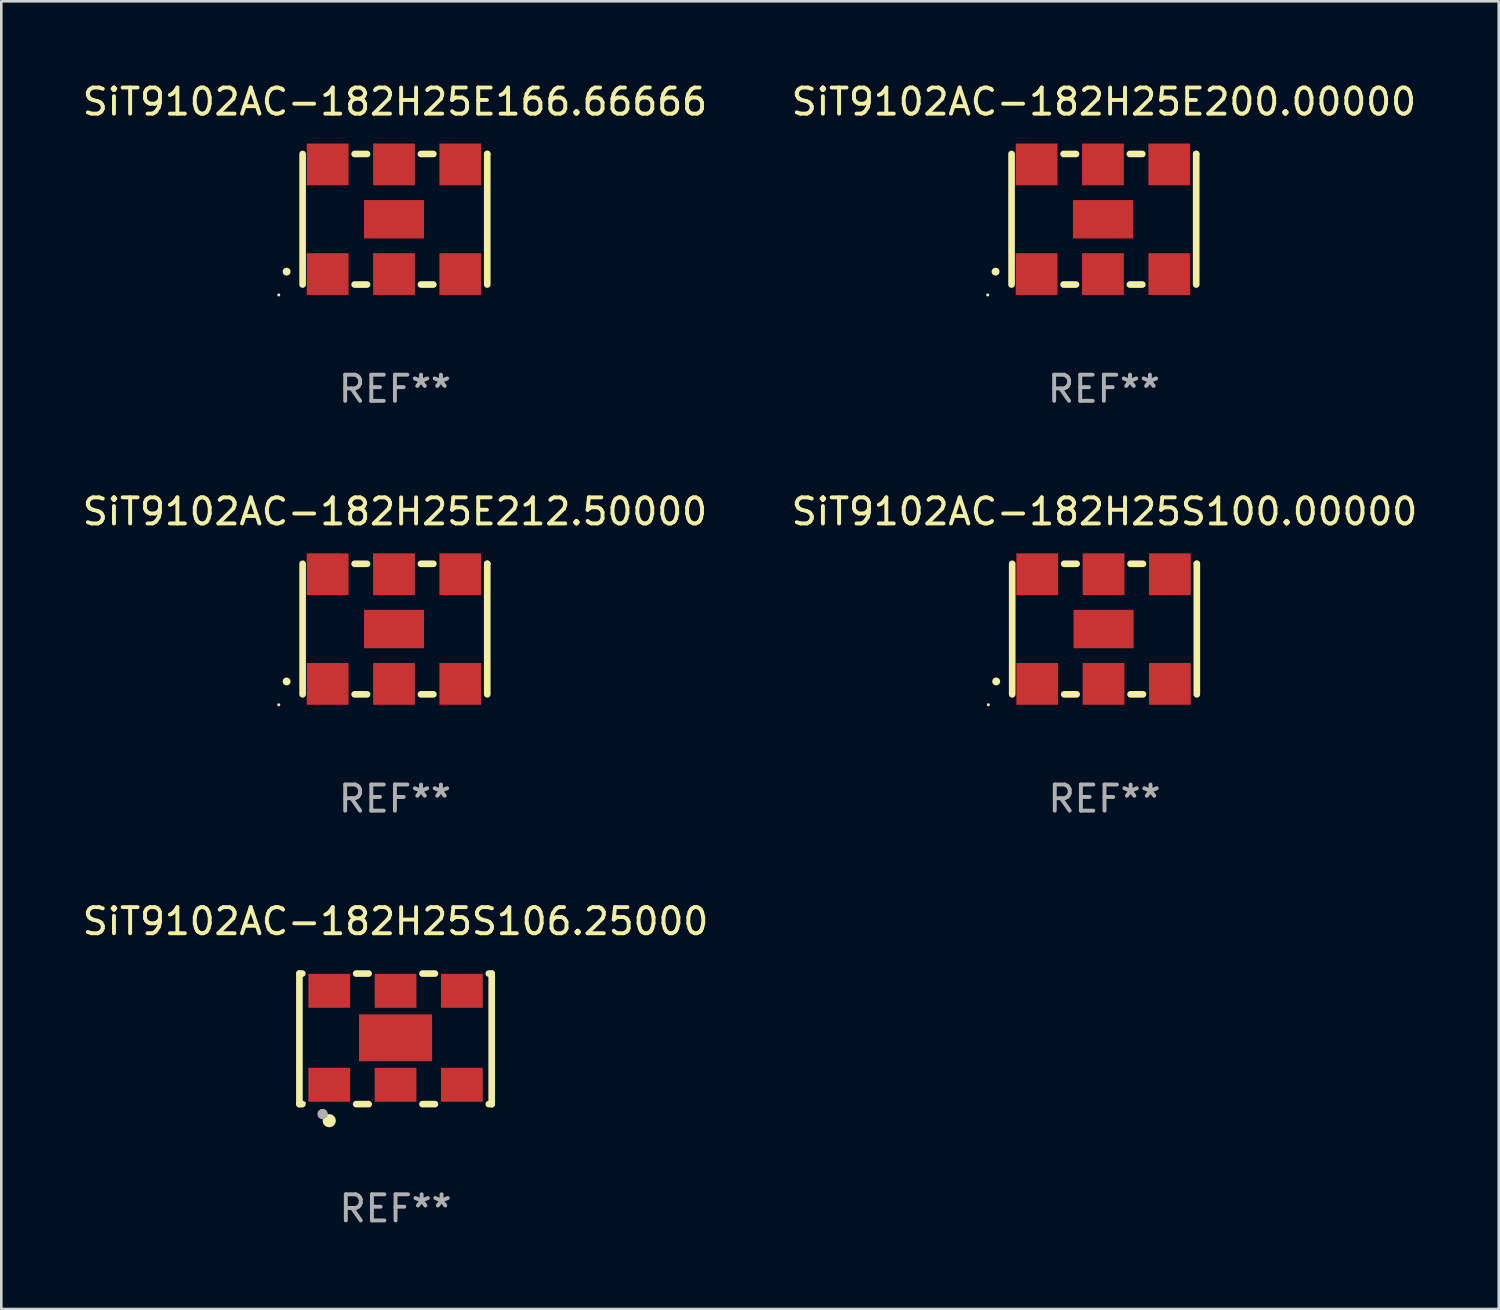
<source format=kicad_pcb>
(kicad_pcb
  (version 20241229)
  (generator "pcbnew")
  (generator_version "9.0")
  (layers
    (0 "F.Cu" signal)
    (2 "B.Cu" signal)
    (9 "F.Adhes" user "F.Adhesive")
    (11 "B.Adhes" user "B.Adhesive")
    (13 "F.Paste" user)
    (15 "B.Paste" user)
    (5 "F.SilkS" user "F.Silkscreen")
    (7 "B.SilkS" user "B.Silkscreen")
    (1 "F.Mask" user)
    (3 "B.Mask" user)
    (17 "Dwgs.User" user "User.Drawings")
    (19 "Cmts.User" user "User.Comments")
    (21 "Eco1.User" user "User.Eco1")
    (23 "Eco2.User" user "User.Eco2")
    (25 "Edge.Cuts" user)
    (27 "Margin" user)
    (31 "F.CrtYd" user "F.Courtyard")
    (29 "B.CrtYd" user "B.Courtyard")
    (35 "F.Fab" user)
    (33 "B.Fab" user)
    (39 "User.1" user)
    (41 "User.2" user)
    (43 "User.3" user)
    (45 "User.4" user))
  (footprint "SiT9102AC-182H25E212.50000"
    (layer "F.Cu")
    (at 12.077 21.045)
    (property "Reference" "SiT9102AC-182H25E212.50000" (at 0 -4.5 0) (layer "F.SilkS") (effects (font (size 1 1) (thickness 0.15))))
    (attr through_hole)
    (fp_line (start -3.536 -2.5) (end -3.536 2.5) (stroke (width 0.254) (type solid)) (layer "F.SilkS"))
    (fp_line (start -1.544 2.5) (end -1.067 2.5) (stroke (width 0.254) (type solid)) (layer "F.SilkS"))
    (fp_line (start -1.067 -2.5) (end -1.544 -2.5) (stroke (width 0.254) (type solid)) (layer "F.SilkS"))
    (fp_line (start 0.996 2.5) (end 1.473 2.5) (stroke (width 0.254) (type solid)) (layer "F.SilkS"))
    (fp_line (start 1.473 -2.5) (end 0.996 -2.5) (stroke (width 0.254) (type solid)) (layer "F.SilkS"))
    (fp_line (start 3.536 -2.5) (end 3.536 -2.5) (stroke (width 0.254) (type solid)) (layer "F.SilkS"))
    (fp_line (start 3.536 2.5) (end 3.536 -2.5) (stroke (width 0.254) (type solid)) (layer "F.SilkS"))
    (fp_arc (start -4.150432 2.006604) (mid -4.149162 2.006599) (end -4.147892 2.006604) (stroke (width 0.3) (type solid)) (layer "F.SilkS"))
    (fp_circle (center -4.449 2.9) (end -4.419 2.9) (stroke (width 0.06) (type solid)) (fill no) (layer "F.SilkS"))
    (fp_text user "REF**" (at 0 6.5 0) (layer "F.Fab") (effects (font (size 1 1) (thickness 0.15))))
    (pad "1" smd rect (at -2.576 2.1) (size 1.6 1.6) (layers "F.Cu" "F.Mask" "F.Paste"))
    (pad "2" smd rect (at -0.036 2.1) (size 1.6 1.6) (layers "F.Cu" "F.Mask" "F.Paste"))
    (pad "3" smd rect (at 2.504 2.1) (size 1.6 1.6) (layers "F.Cu" "F.Mask" "F.Paste"))
    (pad "4" smd rect (at 2.504 -2.1) (size 1.6 1.6) (layers "F.Cu" "F.Mask" "F.Paste"))
    (pad "5" smd rect (at -0.036 -2.1) (size 1.6 1.6) (layers "F.Cu" "F.Mask" "F.Paste"))
    (pad "6" smd rect (at -2.576 -2.1) (size 1.6 1.6) (layers "F.Cu" "F.Mask" "F.Paste"))
    (pad "7" smd rect (at -0.036 0) (size 2.3 1.47) (layers "F.Cu" "F.Mask" "F.Paste")))
  (footprint "SiT9102AC-182H25S106.25000"
    (layer "F.Cu")
    (at 12.101 36.741)
    (property "Reference" "SiT9102AC-182H25S106.25000" (at 0 -4.5 0) (layer "F.SilkS") (effects (font (size 1 1) (thickness 0.15))))
    (attr through_hole)
    (fp_line (start -3.683 -2.5) (end -3.571 -2.5) (stroke (width 0.254) (type solid)) (layer "F.SilkS"))
    (fp_line (start -3.683 2.5) (end -3.683 -2.5) (stroke (width 0.254) (type solid)) (layer "F.SilkS"))
    (fp_line (start -3.683 2.5) (end -3.571 2.5) (stroke (width 0.254) (type solid)) (layer "F.SilkS"))
    (fp_line (start -1.509 -2.5) (end -1.031 -2.5) (stroke (width 0.254) (type solid)) (layer "F.SilkS"))
    (fp_line (start -1.509 2.5) (end -1.031 2.5) (stroke (width 0.254) (type solid)) (layer "F.SilkS"))
    (fp_line (start 1.031 -2.5) (end 1.509 -2.5) (stroke (width 0.254) (type solid)) (layer "F.SilkS"))
    (fp_line (start 1.031 2.5) (end 1.509 2.5) (stroke (width 0.254) (type solid)) (layer "F.SilkS"))
    (fp_line (start 3.571 -2.5) (end 3.683 -2.5) (stroke (width 0.254) (type solid)) (layer "F.SilkS"))
    (fp_line (start 3.571 2.5) (end 3.683 2.5) (stroke (width 0.254) (type solid)) (layer "F.SilkS"))
    (fp_line (start 3.683 2.5) (end 3.683 -2.5) (stroke (width 0.254) (type solid)) (layer "F.SilkS"))
    (fp_circle (center -3.5 2.46) (end -3.47 2.46) (stroke (width 0.06) (type solid)) (fill no) (layer "F.SilkS"))
    (fp_circle (center -2.54 3.135) (end -2.413 3.135) (stroke (width 0.254) (type solid)) (fill no) (layer "F.SilkS"))
    (fp_circle (center -2.794 2.881) (end -2.694 2.881) (stroke (width 0.2) (type solid)) (fill no) (layer "F.Fab"))
    (fp_text user "REF**" (at 0 6.5 0) (layer "F.Fab") (effects (font (size 1 1) (thickness 0.15))))
    (pad "1" smd rect (at -2.54 1.76) (size 1.6 1.3) (layers "F.Cu" "F.Mask" "F.Paste"))
    (pad "2" smd rect (at 0 1.76) (size 1.6 1.3) (layers "F.Cu" "F.Mask" "F.Paste"))
    (pad "3" smd rect (at 2.54 1.76) (size 1.6 1.3) (layers "F.Cu" "F.Mask" "F.Paste"))
    (pad "4" smd rect (at 2.54 -1.84) (size 1.6 1.3) (layers "F.Cu" "F.Mask" "F.Paste"))
    (pad "5" smd rect (at 0 -1.84) (size 1.6 1.3) (layers "F.Cu" "F.Mask" "F.Paste"))
    (pad "6" smd rect (at -2.54 -1.84) (size 1.6 1.3) (layers "F.Cu" "F.Mask" "F.Paste"))
    (pad "7" smd rect (at 0 -0.04) (size 2.8 1.8) (layers "F.Cu" "F.Mask" "F.Paste")))
  (footprint "SiT9102AC-182H25E200.00000"
    (layer "F.Cu")
    (at 39.232 5.348)
    (property "Reference" "SiT9102AC-182H25E200.00000" (at 0 -4.5 0) (layer "F.SilkS") (effects (font (size 1 1) (thickness 0.15))))
    (attr through_hole)
    (fp_line (start -3.536 -2.5) (end -3.536 2.5) (stroke (width 0.254) (type solid)) (layer "F.SilkS"))
    (fp_line (start -1.544 2.5) (end -1.067 2.5) (stroke (width 0.254) (type solid)) (layer "F.SilkS"))
    (fp_line (start -1.067 -2.5) (end -1.544 -2.5) (stroke (width 0.254) (type solid)) (layer "F.SilkS"))
    (fp_line (start 0.996 2.5) (end 1.473 2.5) (stroke (width 0.254) (type solid)) (layer "F.SilkS"))
    (fp_line (start 1.473 -2.5) (end 0.996 -2.5) (stroke (width 0.254) (type solid)) (layer "F.SilkS"))
    (fp_line (start 3.536 -2.5) (end 3.536 -2.5) (stroke (width 0.254) (type solid)) (layer "F.SilkS"))
    (fp_line (start 3.536 2.5) (end 3.536 -2.5) (stroke (width 0.254) (type solid)) (layer "F.SilkS"))
    (fp_arc (start -4.150432 2.006604) (mid -4.149162 2.006599) (end -4.147892 2.006604) (stroke (width 0.3) (type solid)) (layer "F.SilkS"))
    (fp_circle (center -4.449 2.9) (end -4.419 2.9) (stroke (width 0.06) (type solid)) (fill no) (layer "F.SilkS"))
    (fp_text user "REF**" (at 0 6.5 0) (layer "F.Fab") (effects (font (size 1 1) (thickness 0.15))))
    (pad "1" smd rect (at -2.576 2.1) (size 1.6 1.6) (layers "F.Cu" "F.Mask" "F.Paste"))
    (pad "2" smd rect (at -0.036 2.1) (size 1.6 1.6) (layers "F.Cu" "F.Mask" "F.Paste"))
    (pad "3" smd rect (at 2.504 2.1) (size 1.6 1.6) (layers "F.Cu" "F.Mask" "F.Paste"))
    (pad "4" smd rect (at 2.504 -2.1) (size 1.6 1.6) (layers "F.Cu" "F.Mask" "F.Paste"))
    (pad "5" smd rect (at -0.036 -2.1) (size 1.6 1.6) (layers "F.Cu" "F.Mask" "F.Paste"))
    (pad "6" smd rect (at -2.576 -2.1) (size 1.6 1.6) (layers "F.Cu" "F.Mask" "F.Paste"))
    (pad "7" smd rect (at -0.036 0) (size 2.3 1.47) (layers "F.Cu" "F.Mask" "F.Paste")))
  (footprint "SiT9102AC-182H25E166.66666"
    (layer "F.Cu")
    (at 12.077 5.348)
    (property "Reference" "SiT9102AC-182H25E166.66666" (at 0 -4.5 0) (layer "F.SilkS") (effects (font (size 1 1) (thickness 0.15))))
    (attr through_hole)
    (fp_line (start -3.536 -2.5) (end -3.536 2.5) (stroke (width 0.254) (type solid)) (layer "F.SilkS"))
    (fp_line (start -1.544 2.5) (end -1.067 2.5) (stroke (width 0.254) (type solid)) (layer "F.SilkS"))
    (fp_line (start -1.067 -2.5) (end -1.544 -2.5) (stroke (width 0.254) (type solid)) (layer "F.SilkS"))
    (fp_line (start 0.996 2.5) (end 1.473 2.5) (stroke (width 0.254) (type solid)) (layer "F.SilkS"))
    (fp_line (start 1.473 -2.5) (end 0.996 -2.5) (stroke (width 0.254) (type solid)) (layer "F.SilkS"))
    (fp_line (start 3.536 -2.5) (end 3.536 -2.5) (stroke (width 0.254) (type solid)) (layer "F.SilkS"))
    (fp_line (start 3.536 2.5) (end 3.536 -2.5) (stroke (width 0.254) (type solid)) (layer "F.SilkS"))
    (fp_arc (start -4.150432 2.006604) (mid -4.149162 2.006599) (end -4.147892 2.006604) (stroke (width 0.3) (type solid)) (layer "F.SilkS"))
    (fp_circle (center -4.449 2.9) (end -4.419 2.9) (stroke (width 0.06) (type solid)) (fill no) (layer "F.SilkS"))
    (fp_text user "REF**" (at 0 6.5 0) (layer "F.Fab") (effects (font (size 1 1) (thickness 0.15))))
    (pad "1" smd rect (at -2.576 2.1) (size 1.6 1.6) (layers "F.Cu" "F.Mask" "F.Paste"))
    (pad "2" smd rect (at -0.036 2.1) (size 1.6 1.6) (layers "F.Cu" "F.Mask" "F.Paste"))
    (pad "3" smd rect (at 2.504 2.1) (size 1.6 1.6) (layers "F.Cu" "F.Mask" "F.Paste"))
    (pad "4" smd rect (at 2.504 -2.1) (size 1.6 1.6) (layers "F.Cu" "F.Mask" "F.Paste"))
    (pad "5" smd rect (at -0.036 -2.1) (size 1.6 1.6) (layers "F.Cu" "F.Mask" "F.Paste"))
    (pad "6" smd rect (at -2.576 -2.1) (size 1.6 1.6) (layers "F.Cu" "F.Mask" "F.Paste"))
    (pad "7" smd rect (at -0.036 0) (size 2.3 1.47) (layers "F.Cu" "F.Mask" "F.Paste")))
  (footprint "SiT9102AC-182H25S100.00000"
    (layer "F.Cu")
    (at 39.256 21.045)
    (property "Reference" "SiT9102AC-182H25S100.00000" (at 0 -4.5 0) (layer "F.SilkS") (effects (font (size 1 1) (thickness 0.15))))
    (attr through_hole)
    (fp_line (start -3.536 -2.5) (end -3.536 2.5) (stroke (width 0.254) (type solid)) (layer "F.SilkS"))
    (fp_line (start -1.544 2.5) (end -1.067 2.5) (stroke (width 0.254) (type solid)) (layer "F.SilkS"))
    (fp_line (start -1.067 -2.5) (end -1.544 -2.5) (stroke (width 0.254) (type solid)) (layer "F.SilkS"))
    (fp_line (start 0.996 2.5) (end 1.473 2.5) (stroke (width 0.254) (type solid)) (layer "F.SilkS"))
    (fp_line (start 1.473 -2.5) (end 0.996 -2.5) (stroke (width 0.254) (type solid)) (layer "F.SilkS"))
    (fp_line (start 3.536 -2.5) (end 3.536 -2.5) (stroke (width 0.254) (type solid)) (layer "F.SilkS"))
    (fp_line (start 3.536 2.5) (end 3.536 -2.5) (stroke (width 0.254) (type solid)) (layer "F.SilkS"))
    (fp_arc (start -4.150432 2.006604) (mid -4.149162 2.006599) (end -4.147892 2.006604) (stroke (width 0.3) (type solid)) (layer "F.SilkS"))
    (fp_circle (center -4.449 2.9) (end -4.419 2.9) (stroke (width 0.06) (type solid)) (fill no) (layer "F.SilkS"))
    (fp_text user "REF**" (at 0 6.5 0) (layer "F.Fab") (effects (font (size 1 1) (thickness 0.15))))
    (pad "1" smd rect (at -2.576 2.1) (size 1.6 1.6) (layers "F.Cu" "F.Mask" "F.Paste"))
    (pad "2" smd rect (at -0.036 2.1) (size 1.6 1.6) (layers "F.Cu" "F.Mask" "F.Paste"))
    (pad "3" smd rect (at 2.504 2.1) (size 1.6 1.6) (layers "F.Cu" "F.Mask" "F.Paste"))
    (pad "4" smd rect (at 2.504 -2.1) (size 1.6 1.6) (layers "F.Cu" "F.Mask" "F.Paste"))
    (pad "5" smd rect (at -0.036 -2.1) (size 1.6 1.6) (layers "F.Cu" "F.Mask" "F.Paste"))
    (pad "6" smd rect (at -2.576 -2.1) (size 1.6 1.6) (layers "F.Cu" "F.Mask" "F.Paste"))
    (pad "7" smd rect (at -0.036 0) (size 2.3 1.47) (layers "F.Cu" "F.Mask" "F.Paste")))
  (gr_rect
    (start -3 -3)
    (end 54.357 47.09)
    (stroke (width 0.1) (type default))
    (fill no)
    (layer "Edge.Cuts")))
</source>
